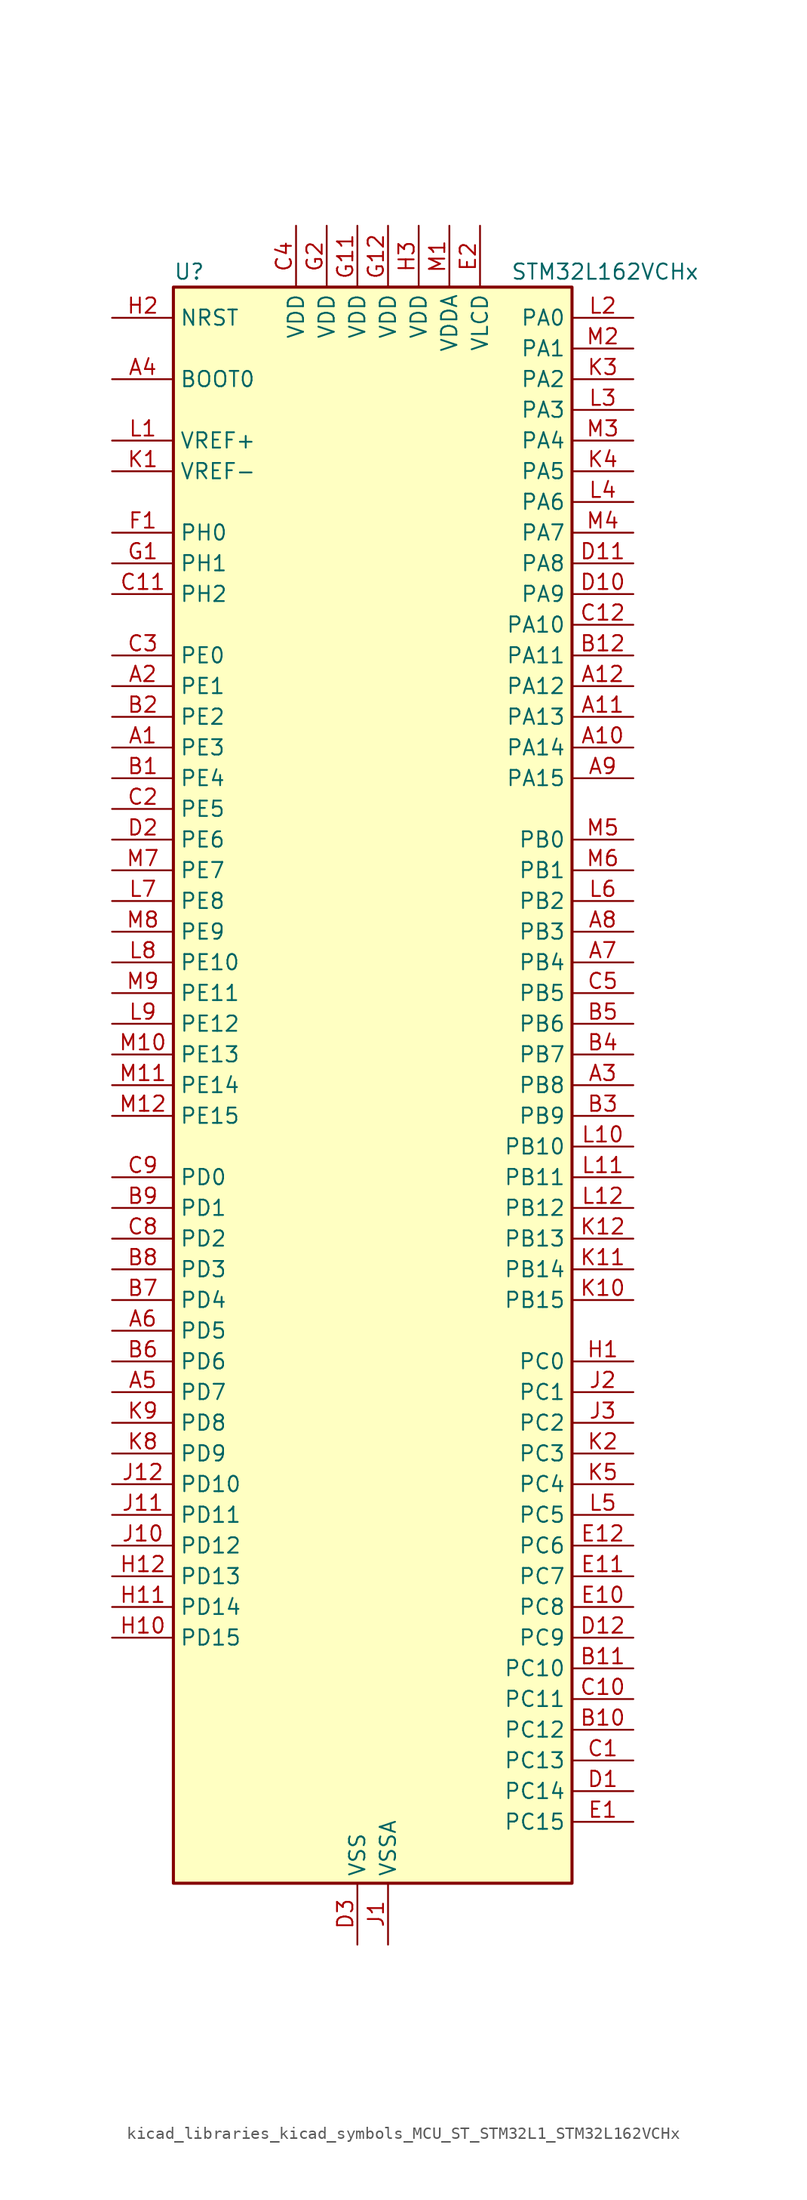
<source format=kicad_sym>
(kicad_symbol_lib
  (version 20220914)
  (generator kicad_symbol_editor)
  (symbol "kicad_libraries_kicad_symbols_MCU_ST_STM32L1_STM32L162VCHx"
    (property "Reference" "U"
      (at -15.24 67.31 0)
      (effects (font (size 1.27 1.27)) (justify left)))
    (property "Value" "STM32L162VCHx"
      (at 12.7 67.31 0)
      (effects (font (size 1.27 1.27)) (justify left)))
    (property "ki_locked" ""
      (at 0 0 0)
      (effects (font (size 1.27 1.27))))
    (symbol "kicad_libraries_kicad_symbols_MCU_ST_STM32L1_STM32L162VCHx_0_1"
      (rectangle (start -15.24 -66.04) (end 17.78 66.04) (stroke (width 0.254) (type default)) (fill (type background))))
    (symbol "kicad_libraries_kicad_symbols_MCU_ST_STM32L1_STM32L162VCHx_1_1"
      (pin bidirectional line (at -20.32 27.94 0) (length 5.08) (name "PE3" (effects (font (size 1.27 1.27)))) (number "A1" (effects (font (size 1.27 1.27)))) (alternate "LCD_SEG39" bidirectional line) (alternate "SYS_TRACED0" bidirectional line) (alternate "TIM3_CH1" bidirectional line) (alternate "TIMX_IC4" bidirectional line))
      (pin bidirectional line (at 22.86 27.94 180) (length 5.08) (name "PA14" (effects (font (size 1.27 1.27)))) (number "A10" (effects (font (size 1.27 1.27)))) (alternate "SYS_JTCK-SWCLK" bidirectional line) (alternate "TIMX_IC3" bidirectional line) (alternate "TS_G5_IO2" bidirectional line))
      (pin bidirectional line (at 22.86 30.48 180) (length 5.08) (name "PA13" (effects (font (size 1.27 1.27)))) (number "A11" (effects (font (size 1.27 1.27)))) (alternate "SYS_JTMS-SWDIO" bidirectional line) (alternate "TIMX_IC2" bidirectional line) (alternate "TS_G5_IO1" bidirectional line))
      (pin bidirectional line (at 22.86 33.02 180) (length 5.08) (name "PA12" (effects (font (size 1.27 1.27)))) (number "A12" (effects (font (size 1.27 1.27)))) (alternate "SPI1_MOSI" bidirectional line) (alternate "TIMX_IC1" bidirectional line) (alternate "USART1_RTS" bidirectional line) (alternate "USB_DP" bidirectional line))
      (pin bidirectional line (at -20.32 33.02 0) (length 5.08) (name "PE1" (effects (font (size 1.27 1.27)))) (number "A2" (effects (font (size 1.27 1.27)))) (alternate "LCD_SEG37" bidirectional line) (alternate "TIM11_CH1" bidirectional line) (alternate "TIMX_IC2" bidirectional line))
      (pin bidirectional line (at 22.86 0 180) (length 5.08) (name "PB8" (effects (font (size 1.27 1.27)))) (number "A3" (effects (font (size 1.27 1.27)))) (alternate "I2C1_SCL" bidirectional line) (alternate "LCD_SEG16" bidirectional line) (alternate "TIM10_CH1" bidirectional line) (alternate "TIM4_CH3" bidirectional line))
      (pin input line (at -20.32 58.42 0) (length 5.08) (name "BOOT0" (effects (font (size 1.27 1.27)))) (number "A4" (effects (font (size 1.27 1.27)))))
      (pin bidirectional line (at -20.32 -25.4 0) (length 5.08) (name "PD7" (effects (font (size 1.27 1.27)))) (number "A5" (effects (font (size 1.27 1.27)))) (alternate "TIM9_CH2" bidirectional line) (alternate "TIMX_IC4" bidirectional line) (alternate "USART2_CK" bidirectional line))
      (pin bidirectional line (at -20.32 -20.32 0) (length 5.08) (name "PD5" (effects (font (size 1.27 1.27)))) (number "A6" (effects (font (size 1.27 1.27)))) (alternate "TIMX_IC2" bidirectional line) (alternate "USART2_TX" bidirectional line))
      (pin bidirectional line (at 22.86 10.16 180) (length 5.08) (name "PB4" (effects (font (size 1.27 1.27)))) (number "A7" (effects (font (size 1.27 1.27)))) (alternate "COMP2_INP" bidirectional line) (alternate "LCD_SEG8" bidirectional line) (alternate "SPI1_MISO" bidirectional line) (alternate "SPI3_MISO" bidirectional line) (alternate "SYS_JTRST" bidirectional line) (alternate "TIM3_CH1" bidirectional line) (alternate "TS_G6_IO1" bidirectional line))
      (pin bidirectional line (at 22.86 12.7 180) (length 5.08) (name "PB3" (effects (font (size 1.27 1.27)))) (number "A8" (effects (font (size 1.27 1.27)))) (alternate "COMP2_INM" bidirectional line) (alternate "I2S3_CK" bidirectional line) (alternate "LCD_SEG7" bidirectional line) (alternate "SPI1_SCK" bidirectional line) (alternate "SPI3_SCK" bidirectional line) (alternate "SYS_JTDO-TRACESWO" bidirectional line) (alternate "TIM2_CH2" bidirectional line))
      (pin bidirectional line (at 22.86 25.4 180) (length 5.08) (name "PA15" (effects (font (size 1.27 1.27)))) (number "A9" (effects (font (size 1.27 1.27)))) (alternate "ADC_EXTI15" bidirectional line) (alternate "I2S3_WS" bidirectional line) (alternate "LCD_SEG17" bidirectional line) (alternate "SPI1_NSS" bidirectional line) (alternate "SPI3_NSS" bidirectional line) (alternate "SYS_JTDI" bidirectional line) (alternate "TIM2_CH1" bidirectional line) (alternate "TIM2_ETR" bidirectional line) (alternate "TIMX_IC4" bidirectional line) (alternate "TS_G5_IO3" bidirectional line))
      (pin bidirectional line (at -20.32 25.4 0) (length 5.08) (name "PE4" (effects (font (size 1.27 1.27)))) (number "B1" (effects (font (size 1.27 1.27)))) (alternate "SYS_TRACED1" bidirectional line) (alternate "TIM3_CH2" bidirectional line) (alternate "TIMX_IC1" bidirectional line))
      (pin bidirectional line (at 22.86 -53.34 180) (length 5.08) (name "PC12" (effects (font (size 1.27 1.27)))) (number "B10" (effects (font (size 1.27 1.27)))) (alternate "I2S3_SD" bidirectional line) (alternate "LCD_COM6" bidirectional line) (alternate "LCD_SEG30" bidirectional line) (alternate "LCD_SEG42" bidirectional line) (alternate "SPI3_MOSI" bidirectional line) (alternate "TIMX_IC1" bidirectional line) (alternate "USART3_CK" bidirectional line))
      (pin bidirectional line (at 22.86 -48.26 180) (length 5.08) (name "PC10" (effects (font (size 1.27 1.27)))) (number "B11" (effects (font (size 1.27 1.27)))) (alternate "I2S3_CK" bidirectional line) (alternate "LCD_COM4" bidirectional line) (alternate "LCD_SEG28" bidirectional line) (alternate "LCD_SEG40" bidirectional line) (alternate "SPI3_SCK" bidirectional line) (alternate "TIMX_IC3" bidirectional line) (alternate "USART3_TX" bidirectional line))
      (pin bidirectional line (at 22.86 35.56 180) (length 5.08) (name "PA11" (effects (font (size 1.27 1.27)))) (number "B12" (effects (font (size 1.27 1.27)))) (alternate "ADC_EXTI11" bidirectional line) (alternate "SPI1_MISO" bidirectional line) (alternate "TIMX_IC4" bidirectional line) (alternate "USART1_CTS" bidirectional line) (alternate "USB_DM" bidirectional line))
      (pin bidirectional line (at -20.32 30.48 0) (length 5.08) (name "PE2" (effects (font (size 1.27 1.27)))) (number "B2" (effects (font (size 1.27 1.27)))) (alternate "LCD_SEG38" bidirectional line) (alternate "SYS_TRACECK" bidirectional line) (alternate "TIM3_ETR" bidirectional line) (alternate "TIMX_IC3" bidirectional line))
      (pin bidirectional line (at 22.86 -2.54 180) (length 5.08) (name "PB9" (effects (font (size 1.27 1.27)))) (number "B3" (effects (font (size 1.27 1.27)))) (alternate "DAC_EXTI9" bidirectional line) (alternate "I2C1_SDA" bidirectional line) (alternate "LCD_COM3" bidirectional line) (alternate "TIM11_CH1" bidirectional line) (alternate "TIM4_CH4" bidirectional line))
      (pin bidirectional line (at 22.86 2.54 180) (length 5.08) (name "PB7" (effects (font (size 1.27 1.27)))) (number "B4" (effects (font (size 1.27 1.27)))) (alternate "COMP2_INP" bidirectional line) (alternate "I2C1_SDA" bidirectional line) (alternate "SYS_PVD_IN" bidirectional line) (alternate "TIM4_CH2" bidirectional line) (alternate "TS_G6_IO4" bidirectional line) (alternate "USART1_RX" bidirectional line))
      (pin bidirectional line (at 22.86 5.08 180) (length 5.08) (name "PB6" (effects (font (size 1.27 1.27)))) (number "B5" (effects (font (size 1.27 1.27)))) (alternate "COMP2_INP" bidirectional line) (alternate "I2C1_SCL" bidirectional line) (alternate "TIM4_CH1" bidirectional line) (alternate "TS_G6_IO3" bidirectional line) (alternate "USART1_TX" bidirectional line))
      (pin bidirectional line (at -20.32 -22.86 0) (length 5.08) (name "PD6" (effects (font (size 1.27 1.27)))) (number "B6" (effects (font (size 1.27 1.27)))) (alternate "TIMX_IC3" bidirectional line) (alternate "USART2_RX" bidirectional line))
      (pin bidirectional line (at -20.32 -17.78 0) (length 5.08) (name "PD4" (effects (font (size 1.27 1.27)))) (number "B7" (effects (font (size 1.27 1.27)))) (alternate "I2S2_SD" bidirectional line) (alternate "SPI2_MOSI" bidirectional line) (alternate "TIMX_IC1" bidirectional line) (alternate "USART2_RTS" bidirectional line))
      (pin bidirectional line (at -20.32 -15.24 0) (length 5.08) (name "PD3" (effects (font (size 1.27 1.27)))) (number "B8" (effects (font (size 1.27 1.27)))) (alternate "SPI2_MISO" bidirectional line) (alternate "TIMX_IC4" bidirectional line) (alternate "USART2_CTS" bidirectional line))
      (pin bidirectional line (at -20.32 -10.16 0) (length 5.08) (name "PD1" (effects (font (size 1.27 1.27)))) (number "B9" (effects (font (size 1.27 1.27)))) (alternate "I2S2_CK" bidirectional line) (alternate "SPI2_SCK" bidirectional line) (alternate "TIMX_IC2" bidirectional line))
      (pin bidirectional line (at 22.86 -55.88 180) (length 5.08) (name "PC13" (effects (font (size 1.27 1.27)))) (number "C1" (effects (font (size 1.27 1.27)))) (alternate "RTC_OUT_ALARM" bidirectional line) (alternate "RTC_OUT_CALIB" bidirectional line) (alternate "RTC_TAMP1" bidirectional line) (alternate "RTC_TS" bidirectional line) (alternate "SYS_WKUP2" bidirectional line) (alternate "TIMX_IC2" bidirectional line))
      (pin bidirectional line (at 22.86 -50.8 180) (length 5.08) (name "PC11" (effects (font (size 1.27 1.27)))) (number "C10" (effects (font (size 1.27 1.27)))) (alternate "ADC_EXTI11" bidirectional line) (alternate "LCD_COM5" bidirectional line) (alternate "LCD_SEG29" bidirectional line) (alternate "LCD_SEG41" bidirectional line) (alternate "SPI3_MISO" bidirectional line) (alternate "TIMX_IC4" bidirectional line) (alternate "USART3_RX" bidirectional line))
      (pin bidirectional line (at -20.32 40.64 0) (length 5.08) (name "PH2" (effects (font (size 1.27 1.27)))) (number "C11" (effects (font (size 1.27 1.27)))))
      (pin bidirectional line (at 22.86 38.1 180) (length 5.08) (name "PA10" (effects (font (size 1.27 1.27)))) (number "C12" (effects (font (size 1.27 1.27)))) (alternate "LCD_COM2" bidirectional line) (alternate "TIMX_IC3" bidirectional line) (alternate "TS_G4_IO3" bidirectional line) (alternate "USART1_RX" bidirectional line))
      (pin bidirectional line (at -20.32 22.86 0) (length 5.08) (name "PE5" (effects (font (size 1.27 1.27)))) (number "C2" (effects (font (size 1.27 1.27)))) (alternate "SYS_TRACED2" bidirectional line) (alternate "TIM9_CH1" bidirectional line) (alternate "TIMX_IC2" bidirectional line))
      (pin bidirectional line (at -20.32 35.56 0) (length 5.08) (name "PE0" (effects (font (size 1.27 1.27)))) (number "C3" (effects (font (size 1.27 1.27)))) (alternate "LCD_SEG36" bidirectional line) (alternate "TIM10_CH1" bidirectional line) (alternate "TIM4_ETR" bidirectional line) (alternate "TIMX_IC1" bidirectional line))
      (pin power_in line (at -5.08 71.12 270) (length 5.08) (name "VDD" (effects (font (size 1.27 1.27)))) (number "C4" (effects (font (size 1.27 1.27)))))
      (pin bidirectional line (at 22.86 7.62 180) (length 5.08) (name "PB5" (effects (font (size 1.27 1.27)))) (number "C5" (effects (font (size 1.27 1.27)))) (alternate "COMP2_INP" bidirectional line) (alternate "I2C1_SMBA" bidirectional line) (alternate "I2S3_SD" bidirectional line) (alternate "LCD_SEG9" bidirectional line) (alternate "SPI1_MOSI" bidirectional line) (alternate "SPI3_MOSI" bidirectional line) (alternate "TIM3_CH2" bidirectional line) (alternate "TS_G6_IO2" bidirectional line))
      (pin bidirectional line (at -20.32 -12.7 0) (length 5.08) (name "PD2" (effects (font (size 1.27 1.27)))) (number "C8" (effects (font (size 1.27 1.27)))) (alternate "LCD_COM7" bidirectional line) (alternate "LCD_SEG31" bidirectional line) (alternate "LCD_SEG43" bidirectional line) (alternate "TIM3_ETR" bidirectional line) (alternate "TIMX_IC3" bidirectional line))
      (pin bidirectional line (at -20.32 -7.62 0) (length 5.08) (name "PD0" (effects (font (size 1.27 1.27)))) (number "C9" (effects (font (size 1.27 1.27)))) (alternate "I2S2_WS" bidirectional line) (alternate "SPI2_NSS" bidirectional line) (alternate "TIM9_CH1" bidirectional line) (alternate "TIMX_IC1" bidirectional line))
      (pin bidirectional line (at 22.86 -58.42 180) (length 5.08) (name "PC14" (effects (font (size 1.27 1.27)))) (number "D1" (effects (font (size 1.27 1.27)))) (alternate "RCC_OSC32_IN" bidirectional line) (alternate "TIMX_IC3" bidirectional line))
      (pin bidirectional line (at 22.86 40.64 180) (length 5.08) (name "PA9" (effects (font (size 1.27 1.27)))) (number "D10" (effects (font (size 1.27 1.27)))) (alternate "DAC_EXTI9" bidirectional line) (alternate "LCD_COM1" bidirectional line) (alternate "TIMX_IC2" bidirectional line) (alternate "TS_G4_IO2" bidirectional line) (alternate "USART1_TX" bidirectional line))
      (pin bidirectional line (at 22.86 43.18 180) (length 5.08) (name "PA8" (effects (font (size 1.27 1.27)))) (number "D11" (effects (font (size 1.27 1.27)))) (alternate "LCD_COM0" bidirectional line) (alternate "RCC_MCO" bidirectional line) (alternate "TIMX_IC1" bidirectional line) (alternate "TS_G4_IO1" bidirectional line) (alternate "USART1_CK" bidirectional line))
      (pin bidirectional line (at 22.86 -45.72 180) (length 5.08) (name "PC9" (effects (font (size 1.27 1.27)))) (number "D12" (effects (font (size 1.27 1.27)))) (alternate "DAC_EXTI9" bidirectional line) (alternate "LCD_SEG27" bidirectional line) (alternate "TIM3_CH4" bidirectional line) (alternate "TIMX_IC2" bidirectional line) (alternate "TS_G10_IO4" bidirectional line))
      (pin bidirectional line (at -20.32 20.32 0) (length 5.08) (name "PE6" (effects (font (size 1.27 1.27)))) (number "D2" (effects (font (size 1.27 1.27)))) (alternate "RTC_TAMP3" bidirectional line) (alternate "SYS_TRACED3" bidirectional line) (alternate "SYS_WKUP3" bidirectional line) (alternate "TIM9_CH2" bidirectional line) (alternate "TIMX_IC3" bidirectional line))
      (pin power_in line (at 0 -71.12 90) (length 5.08) (name "VSS" (effects (font (size 1.27 1.27)))) (number "D3" (effects (font (size 1.27 1.27)))))
      (pin bidirectional line (at 22.86 -60.96 180) (length 5.08) (name "PC15" (effects (font (size 1.27 1.27)))) (number "E1" (effects (font (size 1.27 1.27)))) (alternate "ADC_EXTI15" bidirectional line) (alternate "RCC_OSC32_OUT" bidirectional line) (alternate "TIMX_IC4" bidirectional line))
      (pin bidirectional line (at 22.86 -43.18 180) (length 5.08) (name "PC8" (effects (font (size 1.27 1.27)))) (number "E10" (effects (font (size 1.27 1.27)))) (alternate "LCD_SEG26" bidirectional line) (alternate "TIM3_CH3" bidirectional line) (alternate "TIMX_IC1" bidirectional line) (alternate "TS_G10_IO3" bidirectional line))
      (pin bidirectional line (at 22.86 -40.64 180) (length 5.08) (name "PC7" (effects (font (size 1.27 1.27)))) (number "E11" (effects (font (size 1.27 1.27)))) (alternate "I2S3_MCK" bidirectional line) (alternate "LCD_SEG25" bidirectional line) (alternate "TIM3_CH2" bidirectional line) (alternate "TIMX_IC4" bidirectional line) (alternate "TS_G10_IO2" bidirectional line))
      (pin bidirectional line (at 22.86 -38.1 180) (length 5.08) (name "PC6" (effects (font (size 1.27 1.27)))) (number "E12" (effects (font (size 1.27 1.27)))) (alternate "I2S2_MCK" bidirectional line) (alternate "LCD_SEG24" bidirectional line) (alternate "TIM3_CH1" bidirectional line) (alternate "TIMX_IC3" bidirectional line) (alternate "TS_G10_IO1" bidirectional line))
      (pin power_in line (at 10.16 71.12 270) (length 5.08) (name "VLCD" (effects (font (size 1.27 1.27)))) (number "E2" (effects (font (size 1.27 1.27)))))
      (pin passive line (at 0 -71.12 90) (length 5.08) hide (name "VSS" (effects (font (size 1.27 1.27)))) (number "E3" (effects (font (size 1.27 1.27)))))
      (pin bidirectional line (at -20.32 45.72 0) (length 5.08) (name "PH0" (effects (font (size 1.27 1.27)))) (number "F1" (effects (font (size 1.27 1.27)))) (alternate "RCC_OSC_IN" bidirectional line))
      (pin passive line (at 0 -71.12 90) (length 5.08) hide (name "VSS" (effects (font (size 1.27 1.27)))) (number "F11" (effects (font (size 1.27 1.27)))))
      (pin passive line (at 0 -71.12 90) (length 5.08) hide (name "VSS" (effects (font (size 1.27 1.27)))) (number "F12" (effects (font (size 1.27 1.27)))))
      (pin passive line (at 0 -71.12 90) (length 5.08) hide (name "VSS" (effects (font (size 1.27 1.27)))) (number "F2" (effects (font (size 1.27 1.27)))))
      (pin bidirectional line (at -20.32 43.18 0) (length 5.08) (name "PH1" (effects (font (size 1.27 1.27)))) (number "G1" (effects (font (size 1.27 1.27)))) (alternate "RCC_OSC_OUT" bidirectional line))
      (pin power_in line (at 0 71.12 270) (length 5.08) (name "VDD" (effects (font (size 1.27 1.27)))) (number "G11" (effects (font (size 1.27 1.27)))))
      (pin power_in line (at 2.54 71.12 270) (length 5.08) (name "VDD" (effects (font (size 1.27 1.27)))) (number "G12" (effects (font (size 1.27 1.27)))))
      (pin power_in line (at -2.54 71.12 270) (length 5.08) (name "VDD" (effects (font (size 1.27 1.27)))) (number "G2" (effects (font (size 1.27 1.27)))))
      (pin bidirectional line (at 22.86 -22.86 180) (length 5.08) (name "PC0" (effects (font (size 1.27 1.27)))) (number "H1" (effects (font (size 1.27 1.27)))) (alternate "ADC_IN10" bidirectional line) (alternate "COMP1_INP" bidirectional line) (alternate "LCD_SEG18" bidirectional line) (alternate "TIMX_IC1" bidirectional line) (alternate "TS_G8_IO1" bidirectional line))
      (pin bidirectional line (at -20.32 -45.72 0) (length 5.08) (name "PD15" (effects (font (size 1.27 1.27)))) (number "H10" (effects (font (size 1.27 1.27)))) (alternate "ADC_EXTI15" bidirectional line) (alternate "LCD_SEG35" bidirectional line) (alternate "TIM4_CH4" bidirectional line) (alternate "TIMX_IC4" bidirectional line))
      (pin bidirectional line (at -20.32 -43.18 0) (length 5.08) (name "PD14" (effects (font (size 1.27 1.27)))) (number "H11" (effects (font (size 1.27 1.27)))) (alternate "LCD_SEG34" bidirectional line) (alternate "TIM4_CH3" bidirectional line) (alternate "TIMX_IC3" bidirectional line))
      (pin bidirectional line (at -20.32 -40.64 0) (length 5.08) (name "PD13" (effects (font (size 1.27 1.27)))) (number "H12" (effects (font (size 1.27 1.27)))) (alternate "LCD_SEG33" bidirectional line) (alternate "TIM4_CH2" bidirectional line) (alternate "TIMX_IC2" bidirectional line))
      (pin input line (at -20.32 63.5 0) (length 5.08) (name "NRST" (effects (font (size 1.27 1.27)))) (number "H2" (effects (font (size 1.27 1.27)))))
      (pin power_in line (at 5.08 71.12 270) (length 5.08) (name "VDD" (effects (font (size 1.27 1.27)))) (number "H3" (effects (font (size 1.27 1.27)))))
      (pin power_in line (at 2.54 -71.12 90) (length 5.08) (name "VSSA" (effects (font (size 1.27 1.27)))) (number "J1" (effects (font (size 1.27 1.27)))))
      (pin bidirectional line (at -20.32 -38.1 0) (length 5.08) (name "PD12" (effects (font (size 1.27 1.27)))) (number "J10" (effects (font (size 1.27 1.27)))) (alternate "LCD_SEG32" bidirectional line) (alternate "TIM4_CH1" bidirectional line) (alternate "TIMX_IC1" bidirectional line) (alternate "USART3_RTS" bidirectional line))
      (pin bidirectional line (at -20.32 -35.56 0) (length 5.08) (name "PD11" (effects (font (size 1.27 1.27)))) (number "J11" (effects (font (size 1.27 1.27)))) (alternate "ADC_EXTI11" bidirectional line) (alternate "LCD_SEG31" bidirectional line) (alternate "TIMX_IC4" bidirectional line) (alternate "USART3_CTS" bidirectional line))
      (pin bidirectional line (at -20.32 -33.02 0) (length 5.08) (name "PD10" (effects (font (size 1.27 1.27)))) (number "J12" (effects (font (size 1.27 1.27)))) (alternate "LCD_SEG30" bidirectional line) (alternate "TIMX_IC3" bidirectional line) (alternate "USART3_CK" bidirectional line))
      (pin bidirectional line (at 22.86 -25.4 180) (length 5.08) (name "PC1" (effects (font (size 1.27 1.27)))) (number "J2" (effects (font (size 1.27 1.27)))) (alternate "ADC_IN11" bidirectional line) (alternate "COMP1_INP" bidirectional line) (alternate "LCD_SEG19" bidirectional line) (alternate "TIMX_IC2" bidirectional line) (alternate "TS_G8_IO2" bidirectional line))
      (pin bidirectional line (at 22.86 -27.94 180) (length 5.08) (name "PC2" (effects (font (size 1.27 1.27)))) (number "J3" (effects (font (size 1.27 1.27)))) (alternate "ADC_IN12" bidirectional line) (alternate "COMP1_INP" bidirectional line) (alternate "LCD_SEG20" bidirectional line) (alternate "TIMX_IC3" bidirectional line) (alternate "TS_G8_IO3" bidirectional line))
      (pin input line (at -20.32 50.8 0) (length 5.08) (name "VREF-" (effects (font (size 1.27 1.27)))) (number "K1" (effects (font (size 1.27 1.27)))))
      (pin bidirectional line (at 22.86 -17.78 180) (length 5.08) (name "PB15" (effects (font (size 1.27 1.27)))) (number "K10" (effects (font (size 1.27 1.27)))) (alternate "ADC_EXTI15" bidirectional line) (alternate "ADC_IN21" bidirectional line) (alternate "COMP1_INP" bidirectional line) (alternate "I2S2_SD" bidirectional line) (alternate "LCD_SEG15" bidirectional line) (alternate "RTC_REFIN" bidirectional line) (alternate "SPI2_MOSI" bidirectional line) (alternate "TIM11_CH1" bidirectional line) (alternate "TS_G7_IO4" bidirectional line))
      (pin bidirectional line (at 22.86 -15.24 180) (length 5.08) (name "PB14" (effects (font (size 1.27 1.27)))) (number "K11" (effects (font (size 1.27 1.27)))) (alternate "ADC_IN20" bidirectional line) (alternate "COMP1_INP" bidirectional line) (alternate "LCD_SEG14" bidirectional line) (alternate "SPI2_MISO" bidirectional line) (alternate "TIM9_CH2" bidirectional line) (alternate "TS_G7_IO3" bidirectional line) (alternate "USART3_RTS" bidirectional line))
      (pin bidirectional line (at 22.86 -12.7 180) (length 5.08) (name "PB13" (effects (font (size 1.27 1.27)))) (number "K12" (effects (font (size 1.27 1.27)))) (alternate "ADC_IN19" bidirectional line) (alternate "COMP1_INP" bidirectional line) (alternate "I2S2_CK" bidirectional line) (alternate "LCD_SEG13" bidirectional line) (alternate "SPI2_SCK" bidirectional line) (alternate "TIM9_CH1" bidirectional line) (alternate "TS_G7_IO2" bidirectional line) (alternate "USART3_CTS" bidirectional line))
      (pin bidirectional line (at 22.86 -30.48 180) (length 5.08) (name "PC3" (effects (font (size 1.27 1.27)))) (number "K2" (effects (font (size 1.27 1.27)))) (alternate "ADC_IN13" bidirectional line) (alternate "COMP1_INP" bidirectional line) (alternate "LCD_SEG21" bidirectional line) (alternate "TIMX_IC4" bidirectional line) (alternate "TS_G8_IO4" bidirectional line))
      (pin bidirectional line (at 22.86 58.42 180) (length 5.08) (name "PA2" (effects (font (size 1.27 1.27)))) (number "K3" (effects (font (size 1.27 1.27)))) (alternate "ADC_IN2" bidirectional line) (alternate "COMP1_INP" bidirectional line) (alternate "LCD_SEG1" bidirectional line) (alternate "OPAMP1_VINM" bidirectional line) (alternate "TIM2_CH3" bidirectional line) (alternate "TIM5_CH3" bidirectional line) (alternate "TIM9_CH1" bidirectional line) (alternate "TIMX_IC3" bidirectional line) (alternate "TS_G1_IO3" bidirectional line) (alternate "USART2_TX" bidirectional line))
      (pin bidirectional line (at 22.86 50.8 180) (length 5.08) (name "PA5" (effects (font (size 1.27 1.27)))) (number "K4" (effects (font (size 1.27 1.27)))) (alternate "ADC_IN5" bidirectional line) (alternate "COMP1_INP" bidirectional line) (alternate "DAC_OUT2" bidirectional line) (alternate "SPI1_SCK" bidirectional line) (alternate "TIM2_CH1" bidirectional line) (alternate "TIM2_ETR" bidirectional line) (alternate "TIMX_IC2" bidirectional line))
      (pin bidirectional line (at 22.86 -33.02 180) (length 5.08) (name "PC4" (effects (font (size 1.27 1.27)))) (number "K5" (effects (font (size 1.27 1.27)))) (alternate "ADC_IN14" bidirectional line) (alternate "COMP1_INP" bidirectional line) (alternate "LCD_SEG22" bidirectional line) (alternate "TIMX_IC1" bidirectional line) (alternate "TS_G9_IO1" bidirectional line))
      (pin bidirectional line (at -20.32 -30.48 0) (length 5.08) (name "PD9" (effects (font (size 1.27 1.27)))) (number "K8" (effects (font (size 1.27 1.27)))) (alternate "DAC_EXTI9" bidirectional line) (alternate "LCD_SEG29" bidirectional line) (alternate "TIMX_IC2" bidirectional line) (alternate "USART3_RX" bidirectional line))
      (pin bidirectional line (at -20.32 -27.94 0) (length 5.08) (name "PD8" (effects (font (size 1.27 1.27)))) (number "K9" (effects (font (size 1.27 1.27)))) (alternate "LCD_SEG28" bidirectional line) (alternate "TIMX_IC1" bidirectional line) (alternate "USART3_TX" bidirectional line))
      (pin input line (at -20.32 53.34 0) (length 5.08) (name "VREF+" (effects (font (size 1.27 1.27)))) (number "L1" (effects (font (size 1.27 1.27)))))
      (pin bidirectional line (at 22.86 -5.08 180) (length 5.08) (name "PB10" (effects (font (size 1.27 1.27)))) (number "L10" (effects (font (size 1.27 1.27)))) (alternate "I2C2_SCL" bidirectional line) (alternate "LCD_SEG10" bidirectional line) (alternate "TIM2_CH3" bidirectional line) (alternate "USART3_TX" bidirectional line))
      (pin bidirectional line (at 22.86 -7.62 180) (length 5.08) (name "PB11" (effects (font (size 1.27 1.27)))) (number "L11" (effects (font (size 1.27 1.27)))) (alternate "ADC_EXTI11" bidirectional line) (alternate "I2C2_SDA" bidirectional line) (alternate "LCD_SEG11" bidirectional line) (alternate "TIM2_CH4" bidirectional line) (alternate "USART3_RX" bidirectional line))
      (pin bidirectional line (at 22.86 -10.16 180) (length 5.08) (name "PB12" (effects (font (size 1.27 1.27)))) (number "L12" (effects (font (size 1.27 1.27)))) (alternate "ADC_IN18" bidirectional line) (alternate "COMP1_INP" bidirectional line) (alternate "I2C2_SMBA" bidirectional line) (alternate "I2S2_WS" bidirectional line) (alternate "LCD_SEG12" bidirectional line) (alternate "SPI2_NSS" bidirectional line) (alternate "TIM10_CH1" bidirectional line) (alternate "TS_G7_IO1" bidirectional line) (alternate "USART3_CK" bidirectional line))
      (pin bidirectional line (at 22.86 63.5 180) (length 5.08) (name "PA0" (effects (font (size 1.27 1.27)))) (number "L2" (effects (font (size 1.27 1.27)))) (alternate "ADC_IN0" bidirectional line) (alternate "COMP1_INP" bidirectional line) (alternate "RTC_TAMP2" bidirectional line) (alternate "SYS_WKUP1" bidirectional line) (alternate "TIM2_CH1" bidirectional line) (alternate "TIM2_ETR" bidirectional line) (alternate "TIM5_CH1" bidirectional line) (alternate "TIMX_IC1" bidirectional line) (alternate "TS_G1_IO1" bidirectional line) (alternate "USART2_CTS" bidirectional line))
      (pin bidirectional line (at 22.86 55.88 180) (length 5.08) (name "PA3" (effects (font (size 1.27 1.27)))) (number "L3" (effects (font (size 1.27 1.27)))) (alternate "ADC_IN3" bidirectional line) (alternate "COMP1_INP" bidirectional line) (alternate "LCD_SEG2" bidirectional line) (alternate "OPAMP1_VOUT" bidirectional line) (alternate "TIM2_CH4" bidirectional line) (alternate "TIM5_CH4" bidirectional line) (alternate "TIM9_CH2" bidirectional line) (alternate "TIMX_IC4" bidirectional line) (alternate "TS_G1_IO4" bidirectional line) (alternate "USART2_RX" bidirectional line))
      (pin bidirectional line (at 22.86 48.26 180) (length 5.08) (name "PA6" (effects (font (size 1.27 1.27)))) (number "L4" (effects (font (size 1.27 1.27)))) (alternate "ADC_IN6" bidirectional line) (alternate "COMP1_INP" bidirectional line) (alternate "LCD_SEG3" bidirectional line) (alternate "OPAMP2_VINP" bidirectional line) (alternate "SPI1_MISO" bidirectional line) (alternate "TIM10_CH1" bidirectional line) (alternate "TIM3_CH1" bidirectional line) (alternate "TIMX_IC3" bidirectional line) (alternate "TS_G2_IO1" bidirectional line))
      (pin bidirectional line (at 22.86 -35.56 180) (length 5.08) (name "PC5" (effects (font (size 1.27 1.27)))) (number "L5" (effects (font (size 1.27 1.27)))) (alternate "ADC_IN15" bidirectional line) (alternate "COMP1_INP" bidirectional line) (alternate "LCD_SEG23" bidirectional line) (alternate "TIMX_IC2" bidirectional line) (alternate "TS_G9_IO2" bidirectional line))
      (pin bidirectional line (at 22.86 15.24 180) (length 5.08) (name "PB2" (effects (font (size 1.27 1.27)))) (number "L6" (effects (font (size 1.27 1.27)))) (alternate "TS_G3_IO3" bidirectional line))
      (pin bidirectional line (at -20.32 15.24 0) (length 5.08) (name "PE8" (effects (font (size 1.27 1.27)))) (number "L7" (effects (font (size 1.27 1.27)))) (alternate "ADC_IN23" bidirectional line) (alternate "COMP1_INP" bidirectional line) (alternate "TIMX_IC1" bidirectional line))
      (pin bidirectional line (at -20.32 10.16 0) (length 5.08) (name "PE10" (effects (font (size 1.27 1.27)))) (number "L8" (effects (font (size 1.27 1.27)))) (alternate "ADC_IN25" bidirectional line) (alternate "COMP1_INP" bidirectional line) (alternate "TIM2_CH2" bidirectional line) (alternate "TIMX_IC3" bidirectional line))
      (pin bidirectional line (at -20.32 5.08 0) (length 5.08) (name "PE12" (effects (font (size 1.27 1.27)))) (number "L9" (effects (font (size 1.27 1.27)))) (alternate "SPI1_NSS" bidirectional line) (alternate "TIM2_CH4" bidirectional line) (alternate "TIMX_IC1" bidirectional line))
      (pin power_in line (at 7.62 71.12 270) (length 5.08) (name "VDDA" (effects (font (size 1.27 1.27)))) (number "M1" (effects (font (size 1.27 1.27)))))
      (pin bidirectional line (at -20.32 2.54 0) (length 5.08) (name "PE13" (effects (font (size 1.27 1.27)))) (number "M10" (effects (font (size 1.27 1.27)))) (alternate "SPI1_SCK" bidirectional line) (alternate "TIMX_IC2" bidirectional line))
      (pin bidirectional line (at -20.32 0 0) (length 5.08) (name "PE14" (effects (font (size 1.27 1.27)))) (number "M11" (effects (font (size 1.27 1.27)))) (alternate "SPI1_MISO" bidirectional line) (alternate "TIMX_IC3" bidirectional line))
      (pin bidirectional line (at -20.32 -2.54 0) (length 5.08) (name "PE15" (effects (font (size 1.27 1.27)))) (number "M12" (effects (font (size 1.27 1.27)))) (alternate "ADC_EXTI15" bidirectional line) (alternate "SPI1_MOSI" bidirectional line) (alternate "TIMX_IC4" bidirectional line))
      (pin bidirectional line (at 22.86 60.96 180) (length 5.08) (name "PA1" (effects (font (size 1.27 1.27)))) (number "M2" (effects (font (size 1.27 1.27)))) (alternate "ADC_IN1" bidirectional line) (alternate "COMP1_INP" bidirectional line) (alternate "LCD_SEG0" bidirectional line) (alternate "OPAMP1_VINP" bidirectional line) (alternate "TIM2_CH2" bidirectional line) (alternate "TIM5_CH2" bidirectional line) (alternate "TIMX_IC2" bidirectional line) (alternate "TS_G1_IO2" bidirectional line) (alternate "USART2_RTS" bidirectional line))
      (pin bidirectional line (at 22.86 53.34 180) (length 5.08) (name "PA4" (effects (font (size 1.27 1.27)))) (number "M3" (effects (font (size 1.27 1.27)))) (alternate "ADC_IN4" bidirectional line) (alternate "COMP1_INP" bidirectional line) (alternate "DAC_OUT1" bidirectional line) (alternate "I2S3_WS" bidirectional line) (alternate "SPI1_NSS" bidirectional line) (alternate "SPI3_NSS" bidirectional line) (alternate "TIMX_IC1" bidirectional line) (alternate "USART2_CK" bidirectional line))
      (pin bidirectional line (at 22.86 45.72 180) (length 5.08) (name "PA7" (effects (font (size 1.27 1.27)))) (number "M4" (effects (font (size 1.27 1.27)))) (alternate "ADC_IN7" bidirectional line) (alternate "COMP1_INP" bidirectional line) (alternate "LCD_SEG4" bidirectional line) (alternate "OPAMP2_VINM" bidirectional line) (alternate "SPI1_MOSI" bidirectional line) (alternate "TIM11_CH1" bidirectional line) (alternate "TIM3_CH2" bidirectional line) (alternate "TIMX_IC4" bidirectional line) (alternate "TS_G2_IO2" bidirectional line))
      (pin bidirectional line (at 22.86 20.32 180) (length 5.08) (name "PB0" (effects (font (size 1.27 1.27)))) (number "M5" (effects (font (size 1.27 1.27)))) (alternate "ADC_IN8" bidirectional line) (alternate "COMP1_INP" bidirectional line) (alternate "LCD_SEG5" bidirectional line) (alternate "OPAMP2_VOUT" bidirectional line) (alternate "SYS_V_REF_OUT" bidirectional line) (alternate "TIM3_CH3" bidirectional line) (alternate "TS_G3_IO1" bidirectional line))
      (pin bidirectional line (at 22.86 17.78 180) (length 5.08) (name "PB1" (effects (font (size 1.27 1.27)))) (number "M6" (effects (font (size 1.27 1.27)))) (alternate "ADC_IN9" bidirectional line) (alternate "COMP1_INP" bidirectional line) (alternate "LCD_SEG6" bidirectional line) (alternate "SYS_V_REF_OUT" bidirectional line) (alternate "TIM3_CH4" bidirectional line) (alternate "TS_G3_IO2" bidirectional line))
      (pin bidirectional line (at -20.32 17.78 0) (length 5.08) (name "PE7" (effects (font (size 1.27 1.27)))) (number "M7" (effects (font (size 1.27 1.27)))) (alternate "ADC_IN22" bidirectional line) (alternate "COMP1_INP" bidirectional line) (alternate "TIMX_IC4" bidirectional line))
      (pin bidirectional line (at -20.32 12.7 0) (length 5.08) (name "PE9" (effects (font (size 1.27 1.27)))) (number "M8" (effects (font (size 1.27 1.27)))) (alternate "ADC_IN24" bidirectional line) (alternate "COMP1_INP" bidirectional line) (alternate "DAC_EXTI9" bidirectional line) (alternate "TIM2_CH1" bidirectional line) (alternate "TIM2_ETR" bidirectional line) (alternate "TIM5_ETR" bidirectional line) (alternate "TIMX_IC2" bidirectional line))
      (pin bidirectional line (at -20.32 7.62 0) (length 5.08) (name "PE11" (effects (font (size 1.27 1.27)))) (number "M9" (effects (font (size 1.27 1.27)))) (alternate "ADC_EXTI11" bidirectional line) (alternate "TIM2_CH3" bidirectional line) (alternate "TIMX_IC4" bidirectional line)))))
</source>
